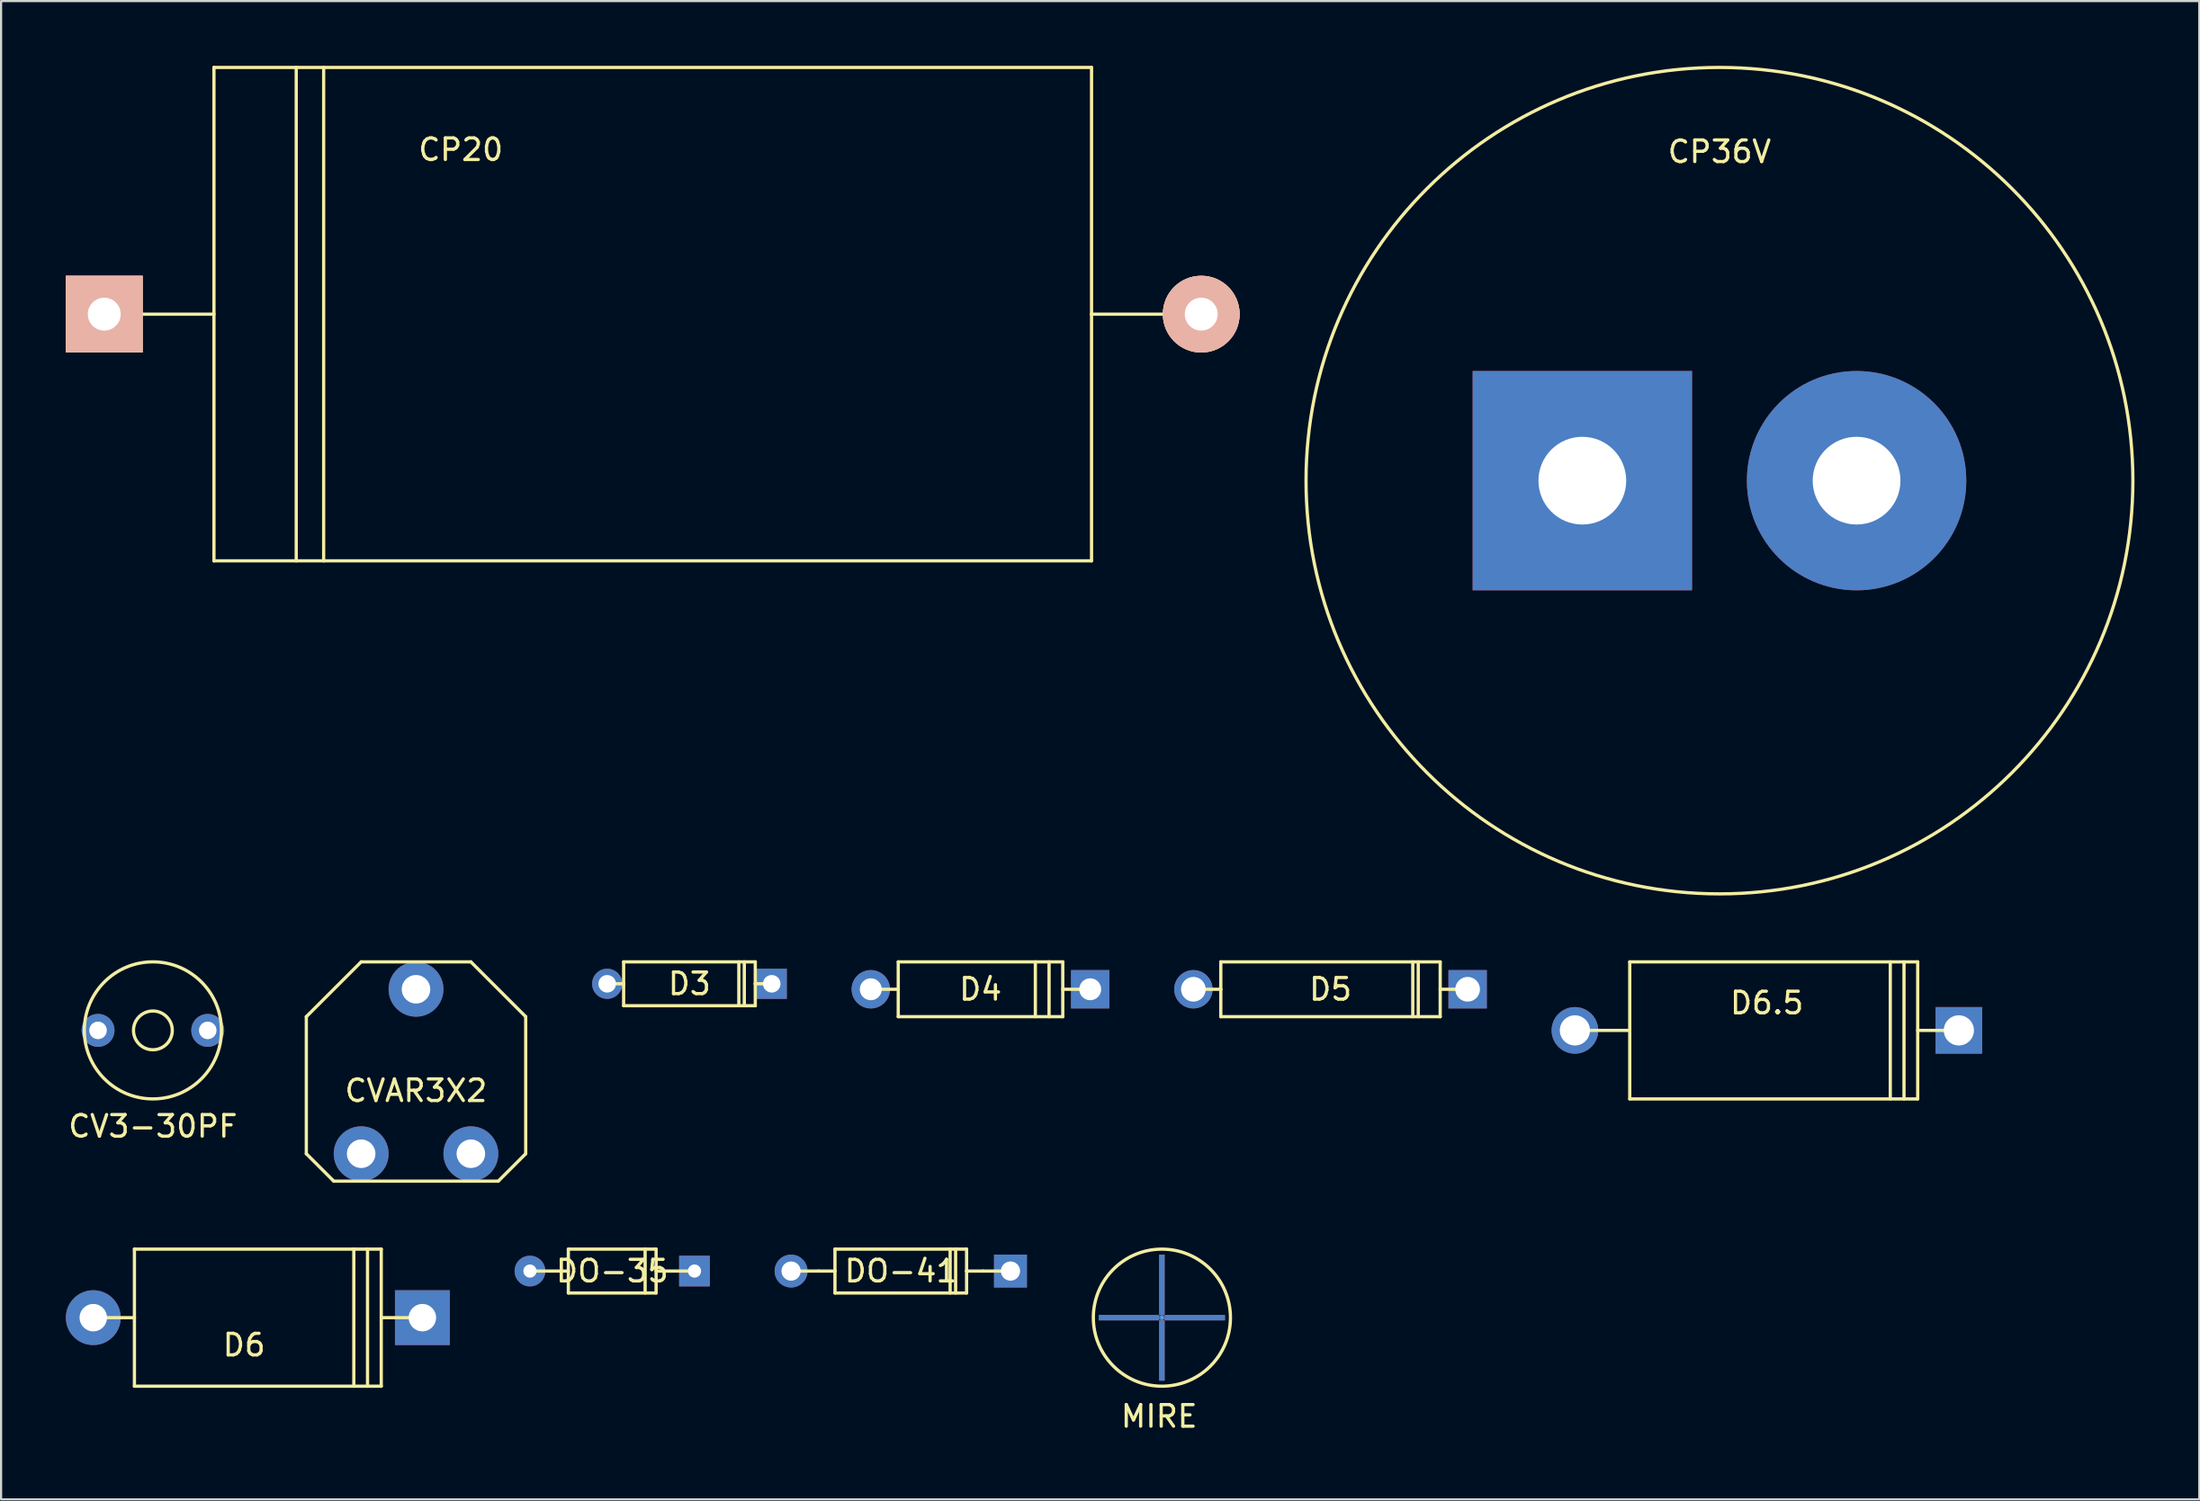
<source format=kicad_pcb>
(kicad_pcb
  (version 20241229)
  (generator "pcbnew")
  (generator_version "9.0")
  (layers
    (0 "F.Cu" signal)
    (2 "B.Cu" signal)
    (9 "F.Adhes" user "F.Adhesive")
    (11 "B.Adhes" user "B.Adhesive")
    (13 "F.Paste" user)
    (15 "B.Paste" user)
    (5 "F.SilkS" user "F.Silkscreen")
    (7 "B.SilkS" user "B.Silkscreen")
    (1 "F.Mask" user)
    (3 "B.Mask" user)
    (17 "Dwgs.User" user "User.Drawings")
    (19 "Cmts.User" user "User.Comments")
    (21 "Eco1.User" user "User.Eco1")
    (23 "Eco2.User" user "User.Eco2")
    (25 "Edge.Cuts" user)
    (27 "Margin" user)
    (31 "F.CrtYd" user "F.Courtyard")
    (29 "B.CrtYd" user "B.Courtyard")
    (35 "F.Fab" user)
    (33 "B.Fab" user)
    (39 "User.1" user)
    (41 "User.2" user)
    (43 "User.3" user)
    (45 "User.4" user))
  (footprint "D6"
    (layer "F.Cu")
    (at 8.89 58)
    (property "Reference" "D6" (at -0.635 1.27 0) (layer "F.SilkS") (effects (font (size 1 1) (thickness 0.15))))
    (attr through_hole)
    (fp_line (start -5.715 -3.175) (end -5.715 3.175) (stroke (width 0.15) (type solid)) (layer "F.SilkS"))
    (fp_line (start -5.715 0) (end -7.62 0) (stroke (width 0.15) (type solid)) (layer "F.SilkS"))
    (fp_line (start -5.715 3.175) (end 5.715 3.175) (stroke (width 0.15) (type solid)) (layer "F.SilkS"))
    (fp_line (start 4.445 3.175) (end 4.445 -3.175) (stroke (width 0.15) (type solid)) (layer "F.SilkS"))
    (fp_line (start 5.08 -3.175) (end 5.08 3.175) (stroke (width 0.15) (type solid)) (layer "F.SilkS"))
    (fp_line (start 5.715 -3.175) (end -5.715 -3.175) (stroke (width 0.15) (type solid)) (layer "F.SilkS"))
    (fp_line (start 5.715 0) (end 7.62 0) (stroke (width 0.15) (type solid)) (layer "F.SilkS"))
    (fp_line (start 5.715 3.175) (end 5.715 -3.175) (stroke (width 0.15) (type solid)) (layer "F.SilkS"))
    (pad "1" thru_hole rect (at 7.62 0) (size 2.54 2.54) (drill 1.27) (layers "*.Cu" "*.Mask"))
    (pad "2" thru_hole circle (at -7.62 0) (size 2.54 2.54) (drill 1.27) (layers "*.Cu" "*.Mask")))
  (footprint "CP36V"
    (layer "F.Cu")
    (at 76.576 19.22)
    (property "Reference" "CP36V" (at 0 -15.24 0) (layer "F.SilkS") (effects (font (size 1 1) (thickness 0.15))))
    (attr through_hole)
    (fp_circle (center 0 0) (end 19.05 1.905) (stroke (width 0.15) (type solid)) (fill no) (layer "F.SilkS"))
    (pad "1" thru_hole rect (at -6.35 0) (size 10.16 10.16) (drill 4.064) (layers "*.Cu" "*.Mask"))
    (pad "2" thru_hole circle (at 6.35 0) (size 10.16 10.16) (drill 4.064) (layers "*.Cu" "*.Mask")))
  (footprint "CVAR3X2"
    (layer "F.Cu")
    (at 16.215 46.595)
    (property "Reference" "CVAR3X2" (at 0 0.889 0) (layer "F.SilkS") (effects (font (size 1 1) (thickness 0.15))))
    (attr through_hole)
    (fp_line (start -5.08 -2.54) (end -5.08 3.81) (stroke (width 0.15) (type solid)) (layer "F.SilkS"))
    (fp_line (start -5.08 3.81) (end -3.81 5.08) (stroke (width 0.15) (type solid)) (layer "F.SilkS"))
    (fp_line (start -3.81 5.08) (end 3.81 5.08) (stroke (width 0.15) (type solid)) (layer "F.SilkS"))
    (fp_line (start -2.54 -5.08) (end -5.08 -2.54) (stroke (width 0.15) (type solid)) (layer "F.SilkS"))
    (fp_line (start 2.54 -5.08) (end -2.54 -5.08) (stroke (width 0.15) (type solid)) (layer "F.SilkS"))
    (fp_line (start 3.81 5.08) (end 5.08 3.81) (stroke (width 0.15) (type solid)) (layer "F.SilkS"))
    (fp_line (start 5.08 -2.54) (end 2.54 -5.08) (stroke (width 0.15) (type solid)) (layer "F.SilkS"))
    (fp_line (start 5.08 3.81) (end 5.08 -2.54) (stroke (width 0.15) (type solid)) (layer "F.SilkS"))
    (pad "1" thru_hole circle (at 0 -3.81) (size 2.54 2.54) (drill 1.321) (layers "*.Cu" "*.Mask"))
    (pad "2" thru_hole circle (at 2.54 3.81) (size 2.54 2.54) (drill 1.321) (layers "*.Cu" "*.Mask"))
    (pad "3" thru_hole circle (at -2.54 3.81) (size 2.54 2.54) (drill 1.321) (layers "*.Cu" "*.Mask")))
  (footprint "DO-41"
    (layer "F.Cu")
    (at 38.664 55.841)
    (property "Reference" "DO-41" (at 0 0 0) (layer "F.SilkS") (effects (font (size 1 1) (thickness 0.15))))
    (attr through_hole)
    (fp_line (start -3.81 0) (end -5.08 0) (stroke (width 0.15) (type solid)) (layer "F.SilkS"))
    (fp_line (start -3.048 -1.016) (end -3.048 0) (stroke (width 0.15) (type solid)) (layer "F.SilkS"))
    (fp_line (start -3.048 0) (end -3.81 0) (stroke (width 0.15) (type solid)) (layer "F.SilkS"))
    (fp_line (start -3.048 0) (end -3.048 1.016) (stroke (width 0.15) (type solid)) (layer "F.SilkS"))
    (fp_line (start -3.048 1.016) (end 3.048 1.016) (stroke (width 0.15) (type solid)) (layer "F.SilkS"))
    (fp_line (start 2.286 1.016) (end 2.286 -1.016) (stroke (width 0.15) (type solid)) (layer "F.SilkS"))
    (fp_line (start 2.54 -1.016) (end 2.54 1.016) (stroke (width 0.15) (type solid)) (layer "F.SilkS"))
    (fp_line (start 3.048 -1.016) (end -3.048 -1.016) (stroke (width 0.15) (type solid)) (layer "F.SilkS"))
    (fp_line (start 3.048 0) (end 3.048 -1.016) (stroke (width 0.15) (type solid)) (layer "F.SilkS"))
    (fp_line (start 3.048 1.016) (end 3.048 0) (stroke (width 0.15) (type solid)) (layer "F.SilkS"))
    (fp_line (start 3.81 0) (end 3.048 0) (stroke (width 0.15) (type solid)) (layer "F.SilkS"))
    (fp_line (start 3.81 0) (end 5.08 0) (stroke (width 0.15) (type solid)) (layer "F.SilkS"))
    (pad "1" thru_hole rect (at 5.08 0) (size 1.524 1.524) (drill 0.889) (layers "*.Cu" "*.Mask"))
    (pad "2" thru_hole circle (at -5.08 0) (size 1.524 1.524) (drill 0.889) (layers "*.Cu" "*.Mask")))
  (footprint "D3"
    (layer "F.Cu")
    (at 28.878 42.531)
    (property "Reference" "D3" (at 0 0 0) (layer "F.SilkS") (effects (font (size 1 1) (thickness 0.15))))
    (attr through_hole)
    (fp_line (start -3.048 -1.016) (end -3.048 0) (stroke (width 0.15) (type solid)) (layer "F.SilkS"))
    (fp_line (start -3.048 0) (end -3.81 0) (stroke (width 0.15) (type solid)) (layer "F.SilkS"))
    (fp_line (start -3.048 0) (end -3.048 1.016) (stroke (width 0.15) (type solid)) (layer "F.SilkS"))
    (fp_line (start -3.048 1.016) (end 3.048 1.016) (stroke (width 0.15) (type solid)) (layer "F.SilkS"))
    (fp_line (start 2.286 1.016) (end 2.286 -1.016) (stroke (width 0.15) (type solid)) (layer "F.SilkS"))
    (fp_line (start 2.54 -1.016) (end 2.54 1.016) (stroke (width 0.15) (type solid)) (layer "F.SilkS"))
    (fp_line (start 3.048 -1.016) (end -3.048 -1.016) (stroke (width 0.15) (type solid)) (layer "F.SilkS"))
    (fp_line (start 3.048 0) (end 3.048 -1.016) (stroke (width 0.15) (type solid)) (layer "F.SilkS"))
    (fp_line (start 3.048 1.016) (end 3.048 0) (stroke (width 0.15) (type solid)) (layer "F.SilkS"))
    (fp_line (start 3.81 0) (end 3.048 0) (stroke (width 0.15) (type solid)) (layer "F.SilkS"))
    (pad "1" thru_hole rect (at 3.81 0) (size 1.397 1.397) (drill 0.813) (layers "*.Cu" "*.Mask"))
    (pad "2" thru_hole circle (at -3.81 0) (size 1.397 1.397) (drill 0.813) (layers "*.Cu" "*.Mask")))
  (footprint "CV3-30PF"
    (layer "F.Cu")
    (at 4.03 44.69)
    (property "Reference" "CV3-30PF" (at 0 4.445 0) (layer "F.SilkS") (effects (font (size 1 1) (thickness 0.15))))
    (attr through_hole)
    (fp_circle (center 0 0) (end 0.635 0.635) (stroke (width 0.15) (type solid)) (fill no) (layer "F.SilkS"))
    (fp_circle (center 0 0) (end 3.175 0) (stroke (width 0.15) (type solid)) (fill no) (layer "F.SilkS"))
    (pad "1" thru_hole circle (at 2.54 0) (size 1.524 1.524) (drill 0.813) (layers "*.Cu" "*.Mask"))
    (pad "2" thru_hole circle (at -2.54 0) (size 1.524 1.524) (drill 0.813) (layers "*.Cu" "*.Mask")))
  (footprint "D6.5"
    (layer "F.Cu")
    (at 78.772 44.69)
    (property "Reference" "D6.5" (at 0 -1.27 0) (layer "F.SilkS") (effects (font (size 1 1) (thickness 0.15))))
    (attr through_hole)
    (fp_line (start -8.89 0) (end -6.35 0) (stroke (width 0.15) (type solid)) (layer "F.SilkS"))
    (fp_line (start -6.35 -3.175) (end 6.985 -3.175) (stroke (width 0.15) (type solid)) (layer "F.SilkS"))
    (fp_line (start -6.35 3.175) (end -6.35 -3.175) (stroke (width 0.15) (type solid)) (layer "F.SilkS"))
    (fp_line (start 5.715 3.175) (end 5.715 -3.175) (stroke (width 0.15) (type solid)) (layer "F.SilkS"))
    (fp_line (start 6.35 -3.175) (end 6.35 3.175) (stroke (width 0.15) (type solid)) (layer "F.SilkS"))
    (fp_line (start 6.985 0) (end 8.89 0) (stroke (width 0.15) (type solid)) (layer "F.SilkS"))
    (fp_line (start 6.985 3.175) (end -6.35 3.175) (stroke (width 0.15) (type solid)) (layer "F.SilkS"))
    (fp_line (start 6.985 3.175) (end 6.985 -3.175) (stroke (width 0.15) (type solid)) (layer "F.SilkS"))
    (pad "1" thru_hole rect (at 8.89 0) (size 2.159 2.159) (drill 1.397) (layers "*.Cu" "*.Mask"))
    (pad "2" thru_hole circle (at -8.89 0) (size 2.159 2.159) (drill 1.397) (layers "*.Cu" "*.Mask")))
  (footprint "D5"
    (layer "F.Cu")
    (at 58.564 42.785)
    (property "Reference" "D5" (at 0 0 0) (layer "F.SilkS") (effects (font (size 1 1) (thickness 0.15))))
    (attr through_hole)
    (fp_line (start -5.08 -1.27) (end -5.08 0) (stroke (width 0.15) (type solid)) (layer "F.SilkS"))
    (fp_line (start -5.08 0) (end -6.35 0) (stroke (width 0.15) (type solid)) (layer "F.SilkS"))
    (fp_line (start -5.08 0) (end -5.08 1.27) (stroke (width 0.15) (type solid)) (layer "F.SilkS"))
    (fp_line (start -5.08 1.27) (end 5.08 1.27) (stroke (width 0.15) (type solid)) (layer "F.SilkS"))
    (fp_line (start 3.81 -1.27) (end 3.81 1.27) (stroke (width 0.15) (type solid)) (layer "F.SilkS"))
    (fp_line (start 4.064 -1.27) (end 4.064 1.27) (stroke (width 0.15) (type solid)) (layer "F.SilkS"))
    (fp_line (start 5.08 -1.27) (end -5.08 -1.27) (stroke (width 0.15) (type solid)) (layer "F.SilkS"))
    (fp_line (start 5.08 0) (end 5.08 -1.27) (stroke (width 0.15) (type solid)) (layer "F.SilkS"))
    (fp_line (start 5.08 1.27) (end 5.08 0) (stroke (width 0.15) (type solid)) (layer "F.SilkS"))
    (fp_line (start 6.35 0) (end 5.08 0) (stroke (width 0.15) (type solid)) (layer "F.SilkS"))
    (pad "1" thru_hole rect (at 6.35 0) (size 1.778 1.778) (drill 1.143) (layers "*.Cu" "*.Mask"))
    (pad "2" thru_hole circle (at -6.35 0) (size 1.778 1.778) (drill 1.143) (layers "*.Cu" "*.Mask")))
  (footprint "D4"
    (layer "F.Cu")
    (at 42.356 42.785)
    (property "Reference" "D4" (at 0 0 0) (layer "F.SilkS") (effects (font (size 1 1) (thickness 0.15))))
    (attr through_hole)
    (fp_line (start -3.81 -1.27) (end 3.81 -1.27) (stroke (width 0.15) (type solid)) (layer "F.SilkS"))
    (fp_line (start -3.81 0) (end -5.08 0) (stroke (width 0.15) (type solid)) (layer "F.SilkS"))
    (fp_line (start -3.81 1.27) (end -3.81 -1.27) (stroke (width 0.15) (type solid)) (layer "F.SilkS"))
    (fp_line (start 2.54 1.27) (end 2.54 -1.27) (stroke (width 0.15) (type solid)) (layer "F.SilkS"))
    (fp_line (start 3.175 -1.27) (end 3.175 1.27) (stroke (width 0.15) (type solid)) (layer "F.SilkS"))
    (fp_line (start 3.81 -1.27) (end 3.81 1.27) (stroke (width 0.15) (type solid)) (layer "F.SilkS"))
    (fp_line (start 3.81 0) (end 5.08 0) (stroke (width 0.15) (type solid)) (layer "F.SilkS"))
    (fp_line (start 3.81 1.27) (end -3.81 1.27) (stroke (width 0.15) (type solid)) (layer "F.SilkS"))
    (pad "1" thru_hole rect (at 5.08 0) (size 1.778 1.778) (drill 1.016) (layers "*.Cu" "*.Mask"))
    (pad "2" thru_hole circle (at -5.08 0) (size 1.778 1.778) (drill 1.016) (layers "*.Cu" "*.Mask")))
  (footprint "CP20"
    (layer "F.Cu")
    (at 27.178 11.505)
    (property "Reference" "CP20" (at -8.89 -7.62 0) (layer "F.SilkS") (effects (font (size 1 1) (thickness 0.15))))
    (attr through_hole)
    (fp_line (start -25.4 0) (end -20.32 0) (stroke (width 0.15) (type solid)) (layer "F.SilkS"))
    (fp_line (start -20.32 -11.43) (end -20.32 11.43) (stroke (width 0.15) (type solid)) (layer "F.SilkS"))
    (fp_line (start -20.32 11.43) (end 20.32 11.43) (stroke (width 0.15) (type solid)) (layer "F.SilkS"))
    (fp_line (start -16.51 -11.43) (end -16.51 11.43) (stroke (width 0.15) (type solid)) (layer "F.SilkS"))
    (fp_line (start -15.24 11.43) (end -15.24 -11.43) (stroke (width 0.15) (type solid)) (layer "F.SilkS"))
    (fp_line (start 20.32 -11.43) (end -20.32 -11.43) (stroke (width 0.15) (type solid)) (layer "F.SilkS"))
    (fp_line (start 20.32 0) (end 20.32 -11.43) (stroke (width 0.15) (type solid)) (layer "F.SilkS"))
    (fp_line (start 20.32 11.43) (end 20.32 0) (stroke (width 0.15) (type solid)) (layer "F.SilkS"))
    (fp_line (start 25.4 0) (end 20.32 0) (stroke (width 0.15) (type solid)) (layer "F.SilkS"))
    (pad "1" thru_hole rect (at -25.4 0) (size 3.556 3.556) (drill 1.524) (layers "*.Cu" "*.SilkS" "*.Mask"))
    (pad "2" thru_hole circle (at 25.4 0) (size 3.556 3.556) (drill 1.524) (layers "*.Cu" "*.SilkS" "*.Mask")))
  (footprint "MIRE"
    (layer "F.Cu")
    (at 50.756 58)
    (property "Reference" "MIRE" (at -0.127 4.572 0) (layer "F.SilkS") (effects (font (size 1 1) (thickness 0.15))))
    (attr through_hole)
    (fp_circle (center 0 0) (end 2.54 1.905) (stroke (width 0.15) (type solid)) (fill no) (layer "F.SilkS"))
    (pad "" thru_hole rect (at -1.524 0) (size 2.794 0.254) (drill 0.000001) (layers "*.Cu" "*.Mask"))
    (pad "" thru_hole rect (at 0 -1.524) (size 0.254 2.794) (drill 0.000001) (layers "*.Cu" "*.Mask"))
    (pad "" thru_hole circle (at 0 0) (size 0.254 0.254) (drill 0.051) (layers "*.Cu" "*.Mask"))
    (pad "" thru_hole rect (at 0 1.524) (size 0.254 2.794) (drill 0.000001) (layers "*.Cu" "*.Mask"))
    (pad "" thru_hole rect (at 1.524 0) (size 2.794 0.254) (drill 0.000001) (layers "*.Cu" "*.Mask")))
  (footprint "DO-35"
    (layer "F.Cu")
    (at 25.301 55.841)
    (property "Reference" "DO-35" (at 0 0 0) (layer "F.SilkS") (effects (font (size 1 1) (thickness 0.15))))
    (attr through_hole)
    (fp_line (start -2.032 -1.016) (end -2.032 1.016) (stroke (width 0.15) (type solid)) (layer "F.SilkS"))
    (fp_line (start -2.032 0) (end -3.81 0) (stroke (width 0.15) (type solid)) (layer "F.SilkS"))
    (fp_line (start -2.032 1.016) (end 2.032 1.016) (stroke (width 0.15) (type solid)) (layer "F.SilkS"))
    (fp_line (start 1.524 -1.016) (end 1.524 1.016) (stroke (width 0.15) (type solid)) (layer "F.SilkS"))
    (fp_line (start 2.032 -1.016) (end -2.032 -1.016) (stroke (width 0.15) (type solid)) (layer "F.SilkS"))
    (fp_line (start 2.032 0) (end 3.81 0) (stroke (width 0.15) (type solid)) (layer "F.SilkS"))
    (fp_line (start 2.032 1.016) (end 2.032 -1.016) (stroke (width 0.15) (type solid)) (layer "F.SilkS"))
    (pad "1" thru_hole rect (at 3.81 0) (size 1.422 1.422) (drill 0.61) (layers "*.Cu" "*.Mask"))
    (pad "2" thru_hole circle (at -3.81 0) (size 1.422 1.422) (drill 0.61) (layers "*.Cu" "*.Mask")))
  (gr_rect
    (start -3 -3)
    (end 98.796 66.42)
    (stroke (width 0.1) (type default))
    (fill no)
    (layer "Edge.Cuts")))
</source>
